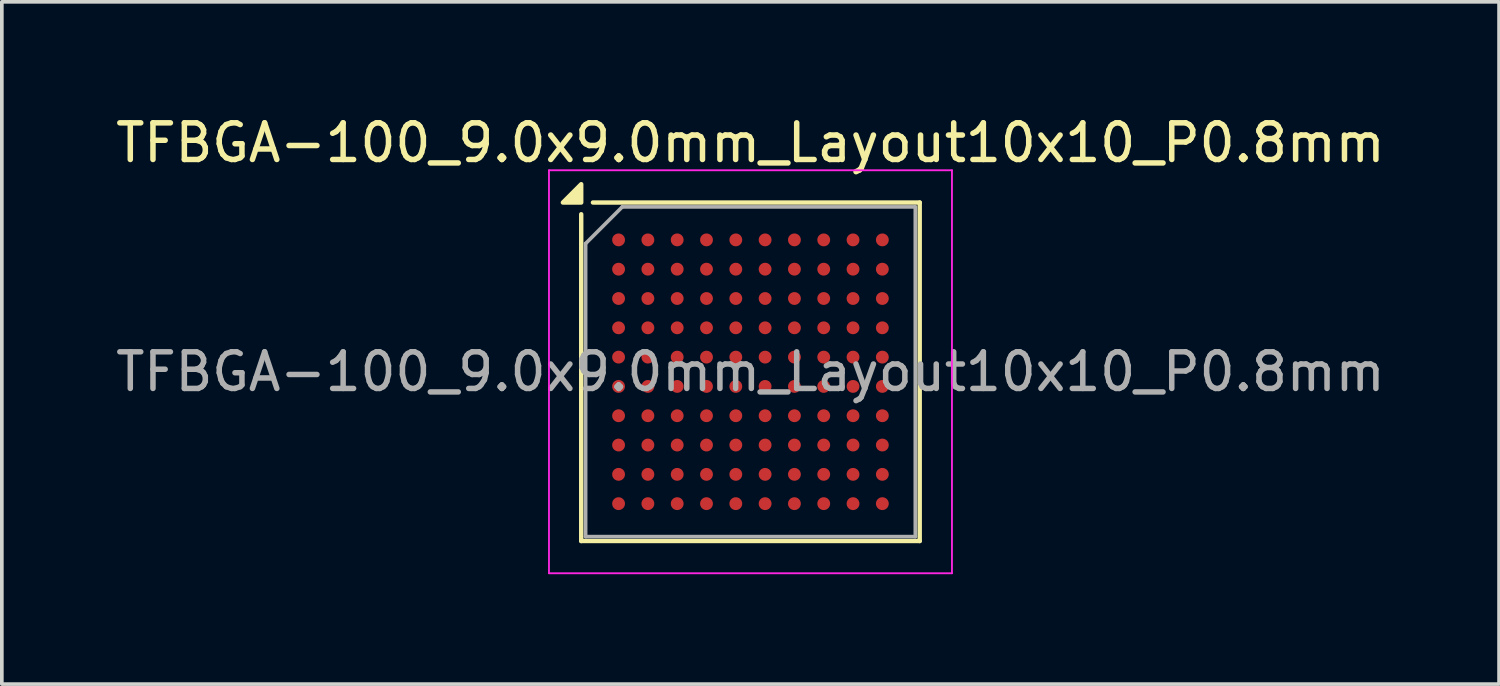
<source format=kicad_pcb>
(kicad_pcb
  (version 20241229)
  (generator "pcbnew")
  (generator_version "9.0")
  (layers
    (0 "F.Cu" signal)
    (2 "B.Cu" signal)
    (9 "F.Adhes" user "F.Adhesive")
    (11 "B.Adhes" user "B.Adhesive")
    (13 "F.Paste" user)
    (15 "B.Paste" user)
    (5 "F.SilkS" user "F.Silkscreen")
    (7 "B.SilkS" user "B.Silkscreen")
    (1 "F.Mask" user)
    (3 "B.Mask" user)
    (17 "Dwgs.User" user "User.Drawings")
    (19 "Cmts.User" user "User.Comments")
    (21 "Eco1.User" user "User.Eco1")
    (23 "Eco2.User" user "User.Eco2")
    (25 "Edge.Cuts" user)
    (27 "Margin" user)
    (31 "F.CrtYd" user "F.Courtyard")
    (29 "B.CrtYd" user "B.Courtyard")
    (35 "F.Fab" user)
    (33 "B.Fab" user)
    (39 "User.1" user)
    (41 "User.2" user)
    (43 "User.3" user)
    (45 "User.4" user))
  (footprint "TFBGA-100_9.0x9.0mm_Layout10x10_P0.8mm"
    (layer "F.Cu")
    (at 17.435 7.098)
    (property "Reference" "TFBGA-100_9.0x9.0mm_Layout10x10_P0.8mm" (at 0 -6.25 0) (layer "F.SilkS") (effects (font (size 1 1) (thickness 0.15))))
    (attr smd)
    (fp_line (start -4.62 -4.3) (end -4.62 4.62) (stroke (width 0.12) (type solid)) (layer "F.SilkS"))
    (fp_line (start -4.62 4.62) (end 4.62 4.62) (stroke (width 0.12) (type solid)) (layer "F.SilkS"))
    (fp_line (start 4.62 -4.62) (end -4.3 -4.62) (stroke (width 0.12) (type solid)) (layer "F.SilkS"))
    (fp_line (start 4.62 4.62) (end 4.62 -4.62) (stroke (width 0.12) (type solid)) (layer "F.SilkS"))
    (fp_poly (pts (xy -4.62 -4.62) (xy -5.12 -4.62) (xy -4.62 -5.12) (xy -4.62 -4.62)) (stroke (width 0.12) (type solid)) (fill yes) (layer "F.SilkS"))
    (fp_line (start -5.5 -5.5) (end -5.5 5.5) (stroke (width 0.05) (type solid)) (layer "F.CrtYd"))
    (fp_line (start -5.5 -5.5) (end 5.5 -5.5) (stroke (width 0.05) (type solid)) (layer "F.CrtYd"))
    (fp_line (start 5.5 5.5) (end -5.5 5.5) (stroke (width 0.05) (type solid)) (layer "F.CrtYd"))
    (fp_line (start 5.5 5.5) (end 5.5 -5.5) (stroke (width 0.05) (type solid)) (layer "F.CrtYd"))
    (fp_line (start -4.5 -3.5) (end -4.5 4.5) (stroke (width 0.1) (type solid)) (layer "F.Fab"))
    (fp_line (start -4.5 4.5) (end 4.5 4.5) (stroke (width 0.1) (type solid)) (layer "F.Fab"))
    (fp_line (start -3.5 -4.5) (end -4.5 -3.5) (stroke (width 0.1) (type solid)) (layer "F.Fab"))
    (fp_line (start 4.5 -4.5) (end -3.5 -4.5) (stroke (width 0.1) (type solid)) (layer "F.Fab"))
    (fp_line (start 4.5 4.5) (end 4.5 -4.5) (stroke (width 0.1) (type solid)) (layer "F.Fab"))
    (fp_text user "${REFERENCE}" (at 0 0 0) (layer "F.Fab") (effects (font (size 1 1) (thickness 0.15))))
    (pad "A1" smd circle (at -3.6 -3.6) (size 0.35 0.35) (property pad_prop_bga) (layers "F.Cu" "F.Mask" "F.Paste"))
    (pad "A2" smd circle (at -2.8 -3.6) (size 0.35 0.35) (property pad_prop_bga) (layers "F.Cu" "F.Mask" "F.Paste"))
    (pad "A3" smd circle (at -2 -3.6) (size 0.35 0.35) (property pad_prop_bga) (layers "F.Cu" "F.Mask" "F.Paste"))
    (pad "A4" smd circle (at -1.2 -3.6) (size 0.35 0.35) (property pad_prop_bga) (layers "F.Cu" "F.Mask" "F.Paste"))
    (pad "A5" smd circle (at -0.4 -3.6) (size 0.35 0.35) (property pad_prop_bga) (layers "F.Cu" "F.Mask" "F.Paste"))
    (pad "A6" smd circle (at 0.4 -3.6) (size 0.35 0.35) (property pad_prop_bga) (layers "F.Cu" "F.Mask" "F.Paste"))
    (pad "A7" smd circle (at 1.2 -3.6) (size 0.35 0.35) (property pad_prop_bga) (layers "F.Cu" "F.Mask" "F.Paste"))
    (pad "A8" smd circle (at 2 -3.6) (size 0.35 0.35) (property pad_prop_bga) (layers "F.Cu" "F.Mask" "F.Paste"))
    (pad "A9" smd circle (at 2.8 -3.6) (size 0.35 0.35) (property pad_prop_bga) (layers "F.Cu" "F.Mask" "F.Paste"))
    (pad "A10" smd circle (at 3.6 -3.6) (size 0.35 0.35) (property pad_prop_bga) (layers "F.Cu" "F.Mask" "F.Paste"))
    (pad "B1" smd circle (at -3.6 -2.8) (size 0.35 0.35) (property pad_prop_bga) (layers "F.Cu" "F.Mask" "F.Paste"))
    (pad "B2" smd circle (at -2.8 -2.8) (size 0.35 0.35) (property pad_prop_bga) (layers "F.Cu" "F.Mask" "F.Paste"))
    (pad "B3" smd circle (at -2 -2.8) (size 0.35 0.35) (property pad_prop_bga) (layers "F.Cu" "F.Mask" "F.Paste"))
    (pad "B4" smd circle (at -1.2 -2.8) (size 0.35 0.35) (property pad_prop_bga) (layers "F.Cu" "F.Mask" "F.Paste"))
    (pad "B5" smd circle (at -0.4 -2.8) (size 0.35 0.35) (property pad_prop_bga) (layers "F.Cu" "F.Mask" "F.Paste"))
    (pad "B6" smd circle (at 0.4 -2.8) (size 0.35 0.35) (property pad_prop_bga) (layers "F.Cu" "F.Mask" "F.Paste"))
    (pad "B7" smd circle (at 1.2 -2.8) (size 0.35 0.35) (property pad_prop_bga) (layers "F.Cu" "F.Mask" "F.Paste"))
    (pad "B8" smd circle (at 2 -2.8) (size 0.35 0.35) (property pad_prop_bga) (layers "F.Cu" "F.Mask" "F.Paste"))
    (pad "B9" smd circle (at 2.8 -2.8) (size 0.35 0.35) (property pad_prop_bga) (layers "F.Cu" "F.Mask" "F.Paste"))
    (pad "B10" smd circle (at 3.6 -2.8) (size 0.35 0.35) (property pad_prop_bga) (layers "F.Cu" "F.Mask" "F.Paste"))
    (pad "C1" smd circle (at -3.6 -2) (size 0.35 0.35) (property pad_prop_bga) (layers "F.Cu" "F.Mask" "F.Paste"))
    (pad "C2" smd circle (at -2.8 -2) (size 0.35 0.35) (property pad_prop_bga) (layers "F.Cu" "F.Mask" "F.Paste"))
    (pad "C3" smd circle (at -2 -2) (size 0.35 0.35) (property pad_prop_bga) (layers "F.Cu" "F.Mask" "F.Paste"))
    (pad "C4" smd circle (at -1.2 -2) (size 0.35 0.35) (property pad_prop_bga) (layers "F.Cu" "F.Mask" "F.Paste"))
    (pad "C5" smd circle (at -0.4 -2) (size 0.35 0.35) (property pad_prop_bga) (layers "F.Cu" "F.Mask" "F.Paste"))
    (pad "C6" smd circle (at 0.4 -2) (size 0.35 0.35) (property pad_prop_bga) (layers "F.Cu" "F.Mask" "F.Paste"))
    (pad "C7" smd circle (at 1.2 -2) (size 0.35 0.35) (property pad_prop_bga) (layers "F.Cu" "F.Mask" "F.Paste"))
    (pad "C8" smd circle (at 2 -2) (size 0.35 0.35) (property pad_prop_bga) (layers "F.Cu" "F.Mask" "F.Paste"))
    (pad "C9" smd circle (at 2.8 -2) (size 0.35 0.35) (property pad_prop_bga) (layers "F.Cu" "F.Mask" "F.Paste"))
    (pad "C10" smd circle (at 3.6 -2) (size 0.35 0.35) (property pad_prop_bga) (layers "F.Cu" "F.Mask" "F.Paste"))
    (pad "D1" smd circle (at -3.6 -1.2) (size 0.35 0.35) (property pad_prop_bga) (layers "F.Cu" "F.Mask" "F.Paste"))
    (pad "D2" smd circle (at -2.8 -1.2) (size 0.35 0.35) (property pad_prop_bga) (layers "F.Cu" "F.Mask" "F.Paste"))
    (pad "D3" smd circle (at -2 -1.2) (size 0.35 0.35) (property pad_prop_bga) (layers "F.Cu" "F.Mask" "F.Paste"))
    (pad "D4" smd circle (at -1.2 -1.2) (size 0.35 0.35) (property pad_prop_bga) (layers "F.Cu" "F.Mask" "F.Paste"))
    (pad "D5" smd circle (at -0.4 -1.2) (size 0.35 0.35) (property pad_prop_bga) (layers "F.Cu" "F.Mask" "F.Paste"))
    (pad "D6" smd circle (at 0.4 -1.2) (size 0.35 0.35) (property pad_prop_bga) (layers "F.Cu" "F.Mask" "F.Paste"))
    (pad "D7" smd circle (at 1.2 -1.2) (size 0.35 0.35) (property pad_prop_bga) (layers "F.Cu" "F.Mask" "F.Paste"))
    (pad "D8" smd circle (at 2 -1.2) (size 0.35 0.35) (property pad_prop_bga) (layers "F.Cu" "F.Mask" "F.Paste"))
    (pad "D9" smd circle (at 2.8 -1.2) (size 0.35 0.35) (property pad_prop_bga) (layers "F.Cu" "F.Mask" "F.Paste"))
    (pad "D10" smd circle (at 3.6 -1.2) (size 0.35 0.35) (property pad_prop_bga) (layers "F.Cu" "F.Mask" "F.Paste"))
    (pad "E1" smd circle (at -3.6 -0.4) (size 0.35 0.35) (property pad_prop_bga) (layers "F.Cu" "F.Mask" "F.Paste"))
    (pad "E2" smd circle (at -2.8 -0.4) (size 0.35 0.35) (property pad_prop_bga) (layers "F.Cu" "F.Mask" "F.Paste"))
    (pad "E3" smd circle (at -2 -0.4) (size 0.35 0.35) (property pad_prop_bga) (layers "F.Cu" "F.Mask" "F.Paste"))
    (pad "E4" smd circle (at -1.2 -0.4) (size 0.35 0.35) (property pad_prop_bga) (layers "F.Cu" "F.Mask" "F.Paste"))
    (pad "E5" smd circle (at -0.4 -0.4) (size 0.35 0.35) (property pad_prop_bga) (layers "F.Cu" "F.Mask" "F.Paste"))
    (pad "E6" smd circle (at 0.4 -0.4) (size 0.35 0.35) (property pad_prop_bga) (layers "F.Cu" "F.Mask" "F.Paste"))
    (pad "E7" smd circle (at 1.2 -0.4) (size 0.35 0.35) (property pad_prop_bga) (layers "F.Cu" "F.Mask" "F.Paste"))
    (pad "E8" smd circle (at 2 -0.4) (size 0.35 0.35) (property pad_prop_bga) (layers "F.Cu" "F.Mask" "F.Paste"))
    (pad "E9" smd circle (at 2.8 -0.4) (size 0.35 0.35) (property pad_prop_bga) (layers "F.Cu" "F.Mask" "F.Paste"))
    (pad "E10" smd circle (at 3.6 -0.4) (size 0.35 0.35) (property pad_prop_bga) (layers "F.Cu" "F.Mask" "F.Paste"))
    (pad "F1" smd circle (at -3.6 0.4) (size 0.35 0.35) (property pad_prop_bga) (layers "F.Cu" "F.Mask" "F.Paste"))
    (pad "F2" smd circle (at -2.8 0.4) (size 0.35 0.35) (property pad_prop_bga) (layers "F.Cu" "F.Mask" "F.Paste"))
    (pad "F3" smd circle (at -2 0.4) (size 0.35 0.35) (property pad_prop_bga) (layers "F.Cu" "F.Mask" "F.Paste"))
    (pad "F4" smd circle (at -1.2 0.4) (size 0.35 0.35) (property pad_prop_bga) (layers "F.Cu" "F.Mask" "F.Paste"))
    (pad "F5" smd circle (at -0.4 0.4) (size 0.35 0.35) (property pad_prop_bga) (layers "F.Cu" "F.Mask" "F.Paste"))
    (pad "F6" smd circle (at 0.4 0.4) (size 0.35 0.35) (property pad_prop_bga) (layers "F.Cu" "F.Mask" "F.Paste"))
    (pad "F7" smd circle (at 1.2 0.4) (size 0.35 0.35) (property pad_prop_bga) (layers "F.Cu" "F.Mask" "F.Paste"))
    (pad "F8" smd circle (at 2 0.4) (size 0.35 0.35) (property pad_prop_bga) (layers "F.Cu" "F.Mask" "F.Paste"))
    (pad "F9" smd circle (at 2.8 0.4) (size 0.35 0.35) (property pad_prop_bga) (layers "F.Cu" "F.Mask" "F.Paste"))
    (pad "F10" smd circle (at 3.6 0.4) (size 0.35 0.35) (property pad_prop_bga) (layers "F.Cu" "F.Mask" "F.Paste"))
    (pad "G1" smd circle (at -3.6 1.2) (size 0.35 0.35) (property pad_prop_bga) (layers "F.Cu" "F.Mask" "F.Paste"))
    (pad "G2" smd circle (at -2.8 1.2) (size 0.35 0.35) (property pad_prop_bga) (layers "F.Cu" "F.Mask" "F.Paste"))
    (pad "G3" smd circle (at -2 1.2) (size 0.35 0.35) (property pad_prop_bga) (layers "F.Cu" "F.Mask" "F.Paste"))
    (pad "G4" smd circle (at -1.2 1.2) (size 0.35 0.35) (property pad_prop_bga) (layers "F.Cu" "F.Mask" "F.Paste"))
    (pad "G5" smd circle (at -0.4 1.2) (size 0.35 0.35) (property pad_prop_bga) (layers "F.Cu" "F.Mask" "F.Paste"))
    (pad "G6" smd circle (at 0.4 1.2) (size 0.35 0.35) (property pad_prop_bga) (layers "F.Cu" "F.Mask" "F.Paste"))
    (pad "G7" smd circle (at 1.2 1.2) (size 0.35 0.35) (property pad_prop_bga) (layers "F.Cu" "F.Mask" "F.Paste"))
    (pad "G8" smd circle (at 2 1.2) (size 0.35 0.35) (property pad_prop_bga) (layers "F.Cu" "F.Mask" "F.Paste"))
    (pad "G9" smd circle (at 2.8 1.2) (size 0.35 0.35) (property pad_prop_bga) (layers "F.Cu" "F.Mask" "F.Paste"))
    (pad "G10" smd circle (at 3.6 1.2) (size 0.35 0.35) (property pad_prop_bga) (layers "F.Cu" "F.Mask" "F.Paste"))
    (pad "H1" smd circle (at -3.6 2) (size 0.35 0.35) (property pad_prop_bga) (layers "F.Cu" "F.Mask" "F.Paste"))
    (pad "H2" smd circle (at -2.8 2) (size 0.35 0.35) (property pad_prop_bga) (layers "F.Cu" "F.Mask" "F.Paste"))
    (pad "H3" smd circle (at -2 2) (size 0.35 0.35) (property pad_prop_bga) (layers "F.Cu" "F.Mask" "F.Paste"))
    (pad "H4" smd circle (at -1.2 2) (size 0.35 0.35) (property pad_prop_bga) (layers "F.Cu" "F.Mask" "F.Paste"))
    (pad "H5" smd circle (at -0.4 2) (size 0.35 0.35) (property pad_prop_bga) (layers "F.Cu" "F.Mask" "F.Paste"))
    (pad "H6" smd circle (at 0.4 2) (size 0.35 0.35) (property pad_prop_bga) (layers "F.Cu" "F.Mask" "F.Paste"))
    (pad "H7" smd circle (at 1.2 2) (size 0.35 0.35) (property pad_prop_bga) (layers "F.Cu" "F.Mask" "F.Paste"))
    (pad "H8" smd circle (at 2 2) (size 0.35 0.35) (property pad_prop_bga) (layers "F.Cu" "F.Mask" "F.Paste"))
    (pad "H9" smd circle (at 2.8 2) (size 0.35 0.35) (property pad_prop_bga) (layers "F.Cu" "F.Mask" "F.Paste"))
    (pad "H10" smd circle (at 3.6 2) (size 0.35 0.35) (property pad_prop_bga) (layers "F.Cu" "F.Mask" "F.Paste"))
    (pad "J1" smd circle (at -3.6 2.8) (size 0.35 0.35) (property pad_prop_bga) (layers "F.Cu" "F.Mask" "F.Paste"))
    (pad "J2" smd circle (at -2.8 2.8) (size 0.35 0.35) (property pad_prop_bga) (layers "F.Cu" "F.Mask" "F.Paste"))
    (pad "J3" smd circle (at -2 2.8) (size 0.35 0.35) (property pad_prop_bga) (layers "F.Cu" "F.Mask" "F.Paste"))
    (pad "J4" smd circle (at -1.2 2.8) (size 0.35 0.35) (property pad_prop_bga) (layers "F.Cu" "F.Mask" "F.Paste"))
    (pad "J5" smd circle (at -0.4 2.8) (size 0.35 0.35) (property pad_prop_bga) (layers "F.Cu" "F.Mask" "F.Paste"))
    (pad "J6" smd circle (at 0.4 2.8) (size 0.35 0.35) (property pad_prop_bga) (layers "F.Cu" "F.Mask" "F.Paste"))
    (pad "J7" smd circle (at 1.2 2.8) (size 0.35 0.35) (property pad_prop_bga) (layers "F.Cu" "F.Mask" "F.Paste"))
    (pad "J8" smd circle (at 2 2.8) (size 0.35 0.35) (property pad_prop_bga) (layers "F.Cu" "F.Mask" "F.Paste"))
    (pad "J9" smd circle (at 2.8 2.8) (size 0.35 0.35) (property pad_prop_bga) (layers "F.Cu" "F.Mask" "F.Paste"))
    (pad "J10" smd circle (at 3.6 2.8) (size 0.35 0.35) (property pad_prop_bga) (layers "F.Cu" "F.Mask" "F.Paste"))
    (pad "K1" smd circle (at -3.6 3.6) (size 0.35 0.35) (property pad_prop_bga) (layers "F.Cu" "F.Mask" "F.Paste"))
    (pad "K2" smd circle (at -2.8 3.6) (size 0.35 0.35) (property pad_prop_bga) (layers "F.Cu" "F.Mask" "F.Paste"))
    (pad "K3" smd circle (at -2 3.6) (size 0.35 0.35) (property pad_prop_bga) (layers "F.Cu" "F.Mask" "F.Paste"))
    (pad "K4" smd circle (at -1.2 3.6) (size 0.35 0.35) (property pad_prop_bga) (layers "F.Cu" "F.Mask" "F.Paste"))
    (pad "K5" smd circle (at -0.4 3.6) (size 0.35 0.35) (property pad_prop_bga) (layers "F.Cu" "F.Mask" "F.Paste"))
    (pad "K6" smd circle (at 0.4 3.6) (size 0.35 0.35) (property pad_prop_bga) (layers "F.Cu" "F.Mask" "F.Paste"))
    (pad "K7" smd circle (at 1.2 3.6) (size 0.35 0.35) (property pad_prop_bga) (layers "F.Cu" "F.Mask" "F.Paste"))
    (pad "K8" smd circle (at 2 3.6) (size 0.35 0.35) (property pad_prop_bga) (layers "F.Cu" "F.Mask" "F.Paste"))
    (pad "K9" smd circle (at 2.8 3.6) (size 0.35 0.35) (property pad_prop_bga) (layers "F.Cu" "F.Mask" "F.Paste"))
    (pad "K10" smd circle (at 3.6 3.6) (size 0.35 0.35) (property pad_prop_bga) (layers "F.Cu" "F.Mask" "F.Paste")))
  (gr_rect
    (start -3 -3)
    (end 37.869 15.623)
    (stroke (width 0.1) (type default))
    (fill no)
    (layer "Edge.Cuts")))
</source>
